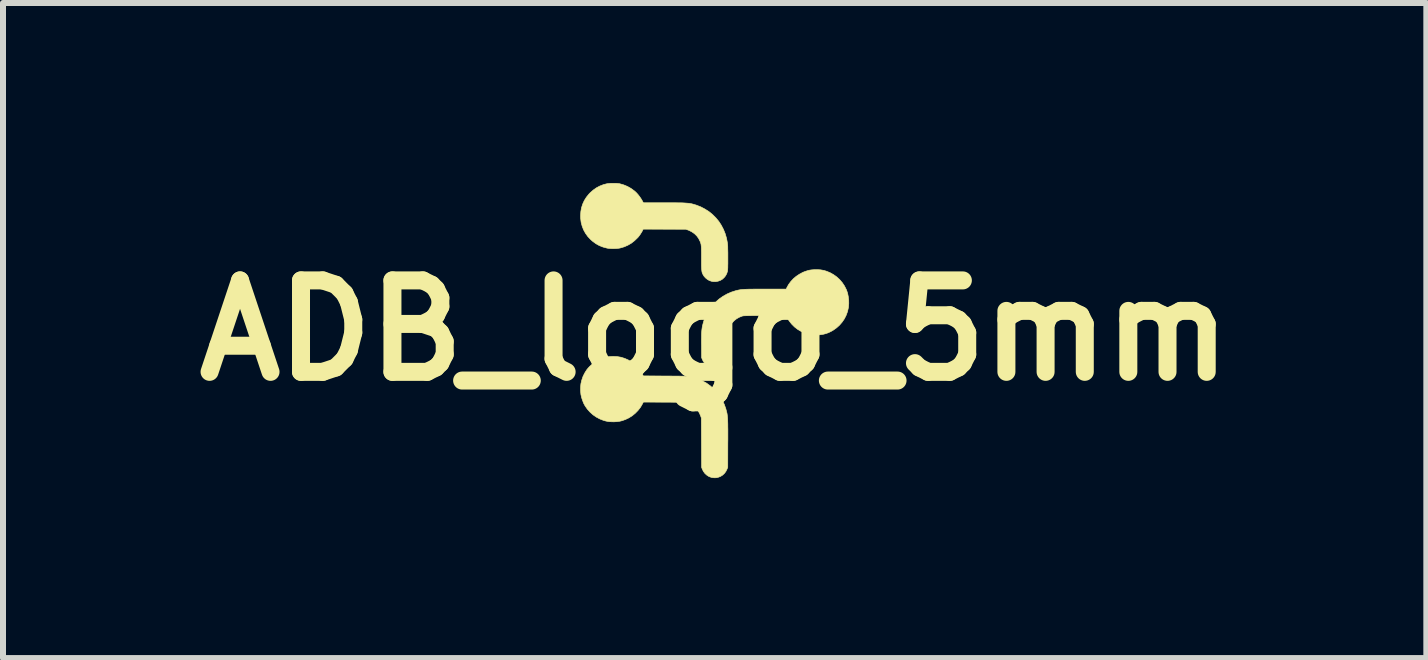
<source format=kicad_pcb>
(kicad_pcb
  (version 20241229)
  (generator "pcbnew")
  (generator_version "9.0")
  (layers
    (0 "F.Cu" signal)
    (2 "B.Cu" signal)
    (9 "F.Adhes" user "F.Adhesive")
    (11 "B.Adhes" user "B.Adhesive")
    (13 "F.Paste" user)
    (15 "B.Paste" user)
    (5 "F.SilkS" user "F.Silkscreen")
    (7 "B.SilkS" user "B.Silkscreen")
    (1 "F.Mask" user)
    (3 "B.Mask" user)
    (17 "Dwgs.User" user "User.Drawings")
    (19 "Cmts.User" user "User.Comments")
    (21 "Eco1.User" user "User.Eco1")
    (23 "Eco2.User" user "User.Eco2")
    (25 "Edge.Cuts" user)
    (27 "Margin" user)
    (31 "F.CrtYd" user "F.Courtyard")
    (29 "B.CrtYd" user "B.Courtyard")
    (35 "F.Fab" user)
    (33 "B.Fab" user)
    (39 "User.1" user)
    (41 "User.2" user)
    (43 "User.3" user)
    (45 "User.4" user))
  (footprint "ADB_logo_5mm"
    (layer "F.Cu")
    (at 8.861 2.458)
    (property "Reference" "ADB_logo_5mm" (at 0 0 0) (layer "F.SilkS") (effects (font (size 1.524 1.524) (thickness 0.3))))
    (attr through_hole)
    (fp_poly (pts (xy -1.624 0.435) (xy -1.561 0.446) (xy -1.5 0.465) (xy -1.441 0.491) (xy -1.387 0.524) (xy -1.341 0.559) (xy -1.297 0.6) (xy -1.257 0.646) (xy -1.223 0.696) (xy -1.202 0.733) (xy -1.19 0.757) (xy -0.822 0.759) (xy -0.757 0.759) (xy -0.699 0.76) (xy -0.648 0.76) (xy -0.604 0.76) (xy -0.566 0.761) (xy -0.533 0.761) (xy -0.505 0.762) (xy -0.481 0.763) (xy -0.461 0.764) (xy -0.443 0.765) (xy -0.427 0.767) (xy -0.413 0.769) (xy -0.4 0.771) (xy -0.388 0.774) (xy -0.375 0.777) (xy -0.361 0.781) (xy -0.345 0.785) (xy -0.343 0.786) (xy -0.269 0.81) (xy -0.199 0.842) (xy -0.132 0.88) (xy -0.07 0.925) (xy -0.013 0.976) (xy 0.039 1.033) (xy 0.086 1.094) (xy 0.126 1.16) (xy 0.16 1.231) (xy 0.186 1.304) (xy 0.2 1.359) (xy 0.204 1.374) (xy 0.207 1.389) (xy 0.209 1.404) (xy 0.211 1.42) (xy 0.213 1.438) (xy 0.215 1.457) (xy 0.216 1.478) (xy 0.217 1.503) (xy 0.218 1.532) (xy 0.219 1.564) (xy 0.219 1.602) (xy 0.22 1.645) (xy 0.22 1.694) (xy 0.22 1.75) (xy 0.22 1.812) (xy 0.219 1.883) (xy 0.219 1.897) (xy 0.218 2.28) (xy 0.207 2.308) (xy 0.187 2.349) (xy 0.161 2.384) (xy 0.13 2.412) (xy 0.094 2.434) (xy 0.053 2.449) (xy 0.052 2.449) (xy 0.025 2.454) (xy -0.006 2.455) (xy -0.036 2.452) (xy -0.054 2.449) (xy -0.095 2.434) (xy -0.131 2.411) (xy -0.162 2.383) (xy -0.188 2.348) (xy -0.207 2.309) (xy -0.218 2.28) (xy -0.22 1.869) (xy -0.222 1.458) (xy -0.232 1.429) (xy -0.254 1.377) (xy -0.281 1.332) (xy -0.314 1.293) (xy -0.353 1.26) (xy -0.398 1.232) (xy -0.411 1.226) (xy -0.422 1.221) (xy -0.432 1.216) (xy -0.442 1.213) (xy -0.451 1.209) (xy -0.462 1.206) (xy -0.473 1.204) (xy -0.487 1.202) (xy -0.503 1.2) (xy -0.523 1.199) (xy -0.546 1.198) (xy -0.573 1.197) (xy -0.606 1.197) (xy -0.644 1.196) (xy -0.688 1.196) (xy -0.739 1.195) (xy -0.798 1.195) (xy -0.845 1.195) (xy -1.188 1.193) (xy -1.204 1.224) (xy -1.237 1.281) (xy -1.278 1.333) (xy -1.324 1.38) (xy -1.375 1.422) (xy -1.431 1.457) (xy -1.49 1.485) (xy -1.492 1.485) (xy -1.538 1.502) (xy -1.582 1.513) (xy -1.627 1.519) (xy -1.677 1.522) (xy -1.687 1.522) (xy -1.726 1.521) (xy -1.76 1.519) (xy -1.792 1.514) (xy -1.823 1.507) (xy -1.854 1.498) (xy -1.915 1.474) (xy -1.973 1.443) (xy -2.028 1.405) (xy -2.077 1.361) (xy -2.121 1.312) (xy -2.159 1.258) (xy -2.18 1.22) (xy -2.192 1.192) (xy -2.204 1.159) (xy -2.216 1.124) (xy -2.224 1.09) (xy -2.229 1.069) (xy -2.232 1.039) (xy -2.235 1.003) (xy -2.235 0.964) (xy -2.233 0.927) (xy -2.23 0.894) (xy -2.229 0.886) (xy -2.215 0.827) (xy -2.195 0.768) (xy -2.167 0.711) (xy -2.134 0.658) (xy -2.126 0.648) (xy -2.109 0.627) (xy -2.087 0.603) (xy -2.061 0.579) (xy -2.036 0.556) (xy -2.012 0.536) (xy -2.002 0.529) (xy -1.943 0.493) (xy -1.882 0.466) (xy -1.82 0.446) (xy -1.755 0.435) (xy -1.692 0.432) (xy -1.624 0.435)) (stroke (width 0.01) (type solid)) (fill yes) (layer "F.SilkS"))
    (fp_poly (pts (xy -1.67 -2.453) (xy -1.635 -2.452) (xy -1.604 -2.449) (xy -1.583 -2.446) (xy -1.517 -2.427) (xy -1.454 -2.401) (xy -1.395 -2.368) (xy -1.338 -2.326) (xy -1.326 -2.316) (xy -1.3 -2.291) (xy -1.273 -2.26) (xy -1.247 -2.226) (xy -1.223 -2.19) (xy -1.203 -2.156) (xy -1.201 -2.152) (xy -1.189 -2.129) (xy -0.856 -2.129) (xy -0.785 -2.129) (xy -0.722 -2.129) (xy -0.667 -2.129) (xy -0.618 -2.128) (xy -0.574 -2.128) (xy -0.537 -2.127) (xy -0.503 -2.125) (xy -0.474 -2.123) (xy -0.448 -2.121) (xy -0.425 -2.119) (xy -0.404 -2.115) (xy -0.385 -2.112) (xy -0.366 -2.107) (xy -0.347 -2.102) (xy -0.328 -2.096) (xy -0.308 -2.09) (xy -0.305 -2.089) (xy -0.231 -2.06) (xy -0.161 -2.023) (xy -0.095 -1.981) (xy -0.035 -1.932) (xy 0.02 -1.877) (xy 0.069 -1.818) (xy 0.111 -1.753) (xy 0.147 -1.684) (xy 0.176 -1.612) (xy 0.198 -1.536) (xy 0.213 -1.457) (xy 0.216 -1.429) (xy 0.217 -1.414) (xy 0.218 -1.393) (xy 0.218 -1.365) (xy 0.219 -1.332) (xy 0.22 -1.296) (xy 0.22 -1.257) (xy 0.22 -1.216) (xy 0.22 -1.2) (xy 0.22 -1.153) (xy 0.22 -1.113) (xy 0.219 -1.081) (xy 0.219 -1.054) (xy 0.218 -1.033) (xy 0.217 -1.016) (xy 0.216 -1.002) (xy 0.214 -0.992) (xy 0.214 -0.988) (xy 0.201 -0.948) (xy 0.182 -0.912) (xy 0.157 -0.881) (xy 0.127 -0.854) (xy 0.093 -0.834) (xy 0.055 -0.821) (xy 0.016 -0.814) (xy -0.026 -0.815) (xy -0.052 -0.82) (xy -0.088 -0.832) (xy -0.121 -0.851) (xy -0.152 -0.876) (xy -0.177 -0.904) (xy -0.194 -0.932) (xy -0.2 -0.944) (xy -0.205 -0.955) (xy -0.209 -0.967) (xy -0.212 -0.98) (xy -0.214 -0.994) (xy -0.216 -1.012) (xy -0.218 -1.033) (xy -0.219 -1.059) (xy -0.22 -1.09) (xy -0.22 -1.127) (xy -0.22 -1.171) (xy -0.22 -1.211) (xy -0.22 -1.26) (xy -0.22 -1.302) (xy -0.221 -1.337) (xy -0.221 -1.366) (xy -0.222 -1.39) (xy -0.224 -1.41) (xy -0.226 -1.427) (xy -0.228 -1.441) (xy -0.232 -1.454) (xy -0.235 -1.466) (xy -0.24 -1.479) (xy -0.245 -1.489) (xy -0.268 -1.535) (xy -0.299 -1.577) (xy -0.336 -1.613) (xy -0.379 -1.643) (xy -0.427 -1.668) (xy -0.447 -1.675) (xy -0.48 -1.687) (xy -0.836 -1.688) (xy -1.192 -1.689) (xy -1.206 -1.658) (xy -1.221 -1.633) (xy -1.239 -1.604) (xy -1.259 -1.576) (xy -1.279 -1.551) (xy -1.285 -1.545) (xy -1.336 -1.496) (xy -1.39 -1.454) (xy -1.447 -1.421) (xy -1.509 -1.394) (xy -1.574 -1.375) (xy -1.583 -1.373) (xy -1.61 -1.369) (xy -1.642 -1.366) (xy -1.678 -1.365) (xy -1.714 -1.365) (xy -1.749 -1.367) (xy -1.779 -1.37) (xy -1.795 -1.373) (xy -1.862 -1.391) (xy -1.923 -1.415) (xy -1.98 -1.447) (xy -2.033 -1.486) (xy -2.067 -1.516) (xy -2.114 -1.566) (xy -2.153 -1.62) (xy -2.185 -1.678) (xy -2.209 -1.74) (xy -2.226 -1.804) (xy -2.234 -1.872) (xy -2.235 -1.909) (xy -2.231 -1.978) (xy -2.22 -2.043) (xy -2.2 -2.106) (xy -2.173 -2.165) (xy -2.138 -2.221) (xy -2.095 -2.274) (xy -2.075 -2.295) (xy -2.024 -2.34) (xy -1.97 -2.378) (xy -1.913 -2.408) (xy -1.851 -2.432) (xy -1.799 -2.445) (xy -1.773 -2.449) (xy -1.741 -2.452) (xy -1.706 -2.453) (xy -1.67 -2.453)) (stroke (width 0.01) (type solid)) (fill yes) (layer "F.SilkS"))
    (fp_poly (pts (xy 1.729 -1.013) (xy 1.763 -1.011) (xy 1.793 -1.006) (xy 1.824 -1) (xy 1.856 -0.99) (xy 1.863 -0.988) (xy 1.924 -0.963) (xy 1.981 -0.931) (xy 2.034 -0.893) (xy 2.083 -0.848) (xy 2.126 -0.798) (xy 2.163 -0.743) (xy 2.193 -0.684) (xy 2.2 -0.668) (xy 2.216 -0.619) (xy 2.227 -0.564) (xy 2.234 -0.507) (xy 2.235 -0.451) (xy 2.231 -0.396) (xy 2.229 -0.381) (xy 2.214 -0.315) (xy 2.191 -0.252) (xy 2.161 -0.193) (xy 2.124 -0.139) (xy 2.08 -0.088) (xy 2.031 -0.044) (xy 1.976 -0.005) (xy 1.943 0.014) (xy 1.896 0.037) (xy 1.85 0.053) (xy 1.803 0.065) (xy 1.752 0.072) (xy 1.697 0.074) (xy 1.691 0.074) (xy 1.64 0.073) (xy 1.595 0.068) (xy 1.552 0.06) (xy 1.511 0.047) (xy 1.469 0.029) (xy 1.442 0.016) (xy 1.384 -0.018) (xy 1.331 -0.059) (xy 1.283 -0.107) (xy 1.241 -0.16) (xy 1.206 -0.217) (xy 1.201 -0.228) (xy 1.189 -0.25) (xy 0.837 -0.249) (xy 0.774 -0.248) (xy 0.718 -0.248) (xy 0.67 -0.248) (xy 0.629 -0.248) (xy 0.594 -0.247) (xy 0.564 -0.247) (xy 0.54 -0.246) (xy 0.52 -0.246) (xy 0.504 -0.245) (xy 0.491 -0.245) (xy 0.481 -0.244) (xy 0.473 -0.243) (xy 0.467 -0.242) (xy 0.461 -0.24) (xy 0.459 -0.24) (xy 0.411 -0.221) (xy 0.366 -0.196) (xy 0.326 -0.164) (xy 0.291 -0.127) (xy 0.262 -0.086) (xy 0.252 -0.066) (xy 0.246 -0.053) (xy 0.241 -0.042) (xy 0.236 -0.031) (xy 0.232 -0.019) (xy 0.23 -0.007) (xy 0.227 0.007) (xy 0.225 0.024) (xy 0.224 0.044) (xy 0.223 0.069) (xy 0.222 0.099) (xy 0.221 0.134) (xy 0.221 0.177) (xy 0.22 0.227) (xy 0.22 0.231) (xy 0.22 0.279) (xy 0.219 0.32) (xy 0.219 0.354) (xy 0.218 0.381) (xy 0.217 0.404) (xy 0.217 0.422) (xy 0.216 0.436) (xy 0.215 0.446) (xy 0.213 0.455) (xy 0.212 0.462) (xy 0.21 0.469) (xy 0.208 0.475) (xy 0.191 0.513) (xy 0.168 0.547) (xy 0.139 0.576) (xy 0.105 0.599) (xy 0.068 0.615) (xy 0.028 0.624) (xy -0.004 0.626) (xy -0.021 0.625) (xy -0.039 0.623) (xy -0.046 0.622) (xy -0.067 0.616) (xy -0.092 0.605) (xy -0.116 0.592) (xy -0.137 0.579) (xy -0.144 0.572) (xy -0.17 0.544) (xy -0.192 0.51) (xy -0.207 0.48) (xy -0.218 0.451) (xy -0.219 0.256) (xy -0.22 0.201) (xy -0.22 0.153) (xy -0.219 0.112) (xy -0.219 0.076) (xy -0.218 0.045) (xy -0.216 0.018) (xy -0.214 -0.006) (xy -0.211 -0.029) (xy -0.208 -0.05) (xy -0.204 -0.072) (xy -0.203 -0.078) (xy -0.183 -0.154) (xy -0.156 -0.226) (xy -0.122 -0.295) (xy -0.081 -0.36) (xy -0.034 -0.42) (xy 0.018 -0.475) (xy 0.076 -0.526) (xy 0.139 -0.57) (xy 0.206 -0.608) (xy 0.277 -0.639) (xy 0.351 -0.663) (xy 0.393 -0.673) (xy 0.409 -0.676) (xy 0.424 -0.679) (xy 0.441 -0.681) (xy 0.459 -0.683) (xy 0.479 -0.684) (xy 0.502 -0.686) (xy 0.528 -0.687) (xy 0.559 -0.688) (xy 0.594 -0.689) (xy 0.634 -0.689) (xy 0.68 -0.69) (xy 0.733 -0.69) (xy 0.793 -0.69) (xy 0.861 -0.69) (xy 0.864 -0.69) (xy 1.192 -0.69) (xy 1.204 -0.716) (xy 1.233 -0.768) (xy 1.27 -0.817) (xy 1.312 -0.863) (xy 1.361 -0.904) (xy 1.414 -0.939) (xy 1.47 -0.969) (xy 1.511 -0.985) (xy 1.545 -0.996) (xy 1.575 -1.004) (xy 1.605 -1.009) (xy 1.637 -1.012) (xy 1.674 -1.014) (xy 1.689 -1.014) (xy 1.729 -1.013)) (stroke (width 0.01) (type solid)) (fill yes) (layer "F.SilkS")))
  (gr_rect
    (start -3 -3)
    (end 20.722 7.918)
    (stroke (width 0.1) (type default))
    (fill no)
    (layer "Edge.Cuts")))
</source>
